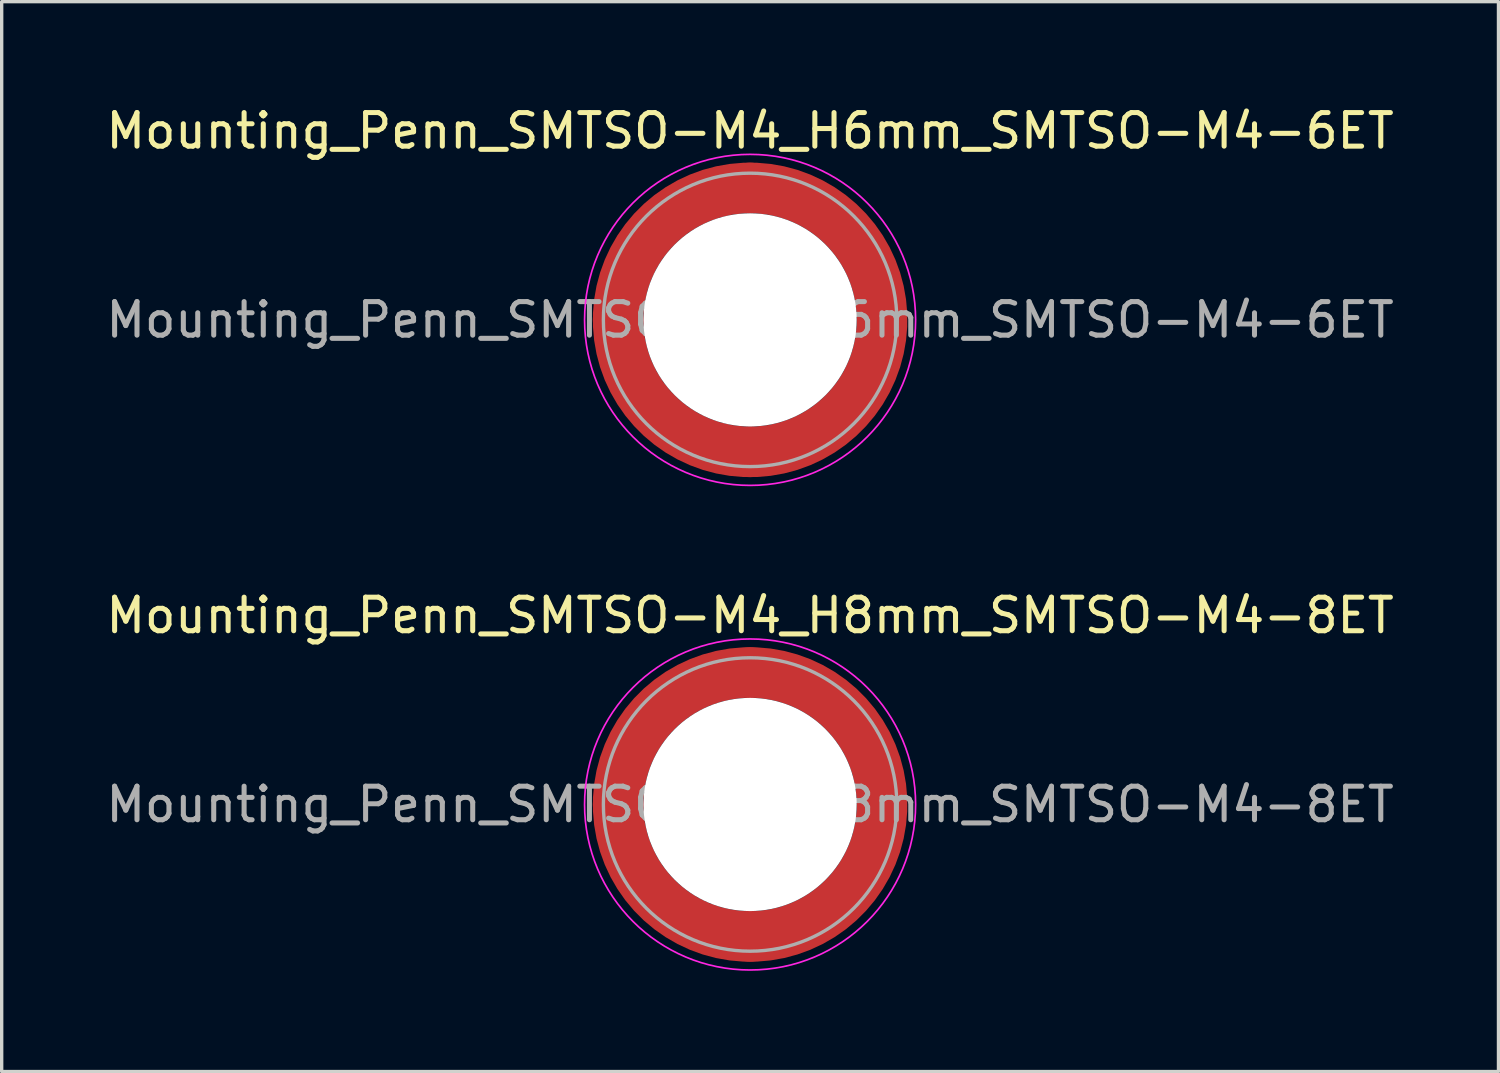
<source format=kicad_pcb>
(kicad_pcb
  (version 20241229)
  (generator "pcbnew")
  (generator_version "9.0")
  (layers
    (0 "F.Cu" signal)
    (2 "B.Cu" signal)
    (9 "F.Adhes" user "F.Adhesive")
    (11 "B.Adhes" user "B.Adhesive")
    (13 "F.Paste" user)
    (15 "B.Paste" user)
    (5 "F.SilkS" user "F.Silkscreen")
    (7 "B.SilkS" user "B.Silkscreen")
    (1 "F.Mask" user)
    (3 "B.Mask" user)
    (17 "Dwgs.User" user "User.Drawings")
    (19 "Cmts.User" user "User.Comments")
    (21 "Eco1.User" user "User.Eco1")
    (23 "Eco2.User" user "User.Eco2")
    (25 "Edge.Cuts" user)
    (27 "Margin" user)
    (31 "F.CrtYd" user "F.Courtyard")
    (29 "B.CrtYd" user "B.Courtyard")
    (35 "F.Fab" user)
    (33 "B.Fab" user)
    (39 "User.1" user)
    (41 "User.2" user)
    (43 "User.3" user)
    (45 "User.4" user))
  (footprint "Mounting_Penn_SMTSO-M4_H6mm_SMTSO-M4-6ET"
    (layer "F.Cu")
    (at 19.292 6.478)
    (property "Reference" "Mounting_Penn_SMTSO-M4_H6mm_SMTSO-M4-6ET" (at 0 -5.63 0) (layer "F.SilkS") (effects (font (size 1 1) (thickness 0.15))))
    (attr smd)
    (fp_circle (center 0 0) (end 4.93 0) (stroke (width 0.05) (type solid)) (fill no) (layer "F.CrtYd"))
    (fp_circle (center 0 0) (end 4.37 0) (stroke (width 0.1) (type solid)) (fill no) (layer "F.Fab"))
    (fp_text user "${REFERENCE}" (at 0 0 0) (layer "F.Fab") (effects (font (size 1 1) (thickness 0.15))))
    (pad "" smd custom (at -2.779 -2.779) (size 0.655 0.655) (layers "F.Paste") (options (anchor circle)) (primitives (gr_arc (start -0.582711 2.47893) (mid 0.392444 0.392444) (end 2.47893 -0.582711) (width 0.2)) (gr_arc (start -0.675568 2.47893) (mid 0.327037 0.327037) (end 2.47893 -0.675568) (width 0.2)) (gr_arc (start -0.768407 2.47893) (mid 0.26163 0.26163) (end 2.47893 -0.768407) (width 0.2)) (gr_arc (start -0.861229 2.47893) (mid 0.196222 0.196222) (end 2.47893 -0.861229) (width 0.2)) (gr_arc (start -0.954035 2.47893) (mid 0.130815 0.130815) (end 2.47893 -0.954035) (width 0.2)) (gr_arc (start -1.046826 2.47893) (mid 0.065407 0.065407) (end 2.47893 -1.046826) (width 0.2)) (gr_arc (start -1.139603 2.47893) (mid 0 0) (end 2.47893 -1.139603) (width 0.2)) (gr_arc (start -1.232368 2.47893) (mid -0.065408 -0.065408) (end 2.47893 -1.232368) (width 0.2)) (gr_arc (start -1.32512 2.47893) (mid -0.130815 -0.130815) (end 2.47893 -1.32512) (width 0.2)) (gr_arc (start -1.417862 2.47893) (mid -0.196222 -0.196222) (end 2.47893 -1.417862) (width 0.2)) (gr_arc (start -1.510592 2.47893) (mid -0.261629 -0.261629) (end 2.47893 -1.510592) (width 0.2)) (gr_arc (start -1.603314 2.47893) (mid -0.327037 -0.327037) (end 2.47893 -1.603314) (width 0.2)) (gr_arc (start -1.696026 2.47893) (mid -0.392444 -0.392444) (end 2.47893 -1.696026) (width 0.2)) (gr_arc (start -1.696026 2.47893) (mid -0.392444 -0.392444) (end 2.47893 -1.696026) (width 0.2)) (gr_line (start 2.479 -0.583) (end 2.479 -1.696) (width 0.2)) (gr_line (start -0.583 2.479) (end -1.696 2.479) (width 0.2))))
    (pad "" smd custom (at -2.779 2.779) (size 0.655 0.655) (layers "F.Paste") (options (anchor circle)) (primitives (gr_arc (start 2.47893 0.582711) (mid 0.392444 -0.392444) (end -0.582711 -2.47893) (width 0.2)) (gr_arc (start 2.47893 0.675568) (mid 0.327037 -0.327037) (end -0.675568 -2.47893) (width 0.2)) (gr_arc (start 2.47893 0.768407) (mid 0.26163 -0.26163) (end -0.768407 -2.47893) (width 0.2)) (gr_arc (start 2.47893 0.861229) (mid 0.196222 -0.196222) (end -0.861229 -2.47893) (width 0.2)) (gr_arc (start 2.47893 0.954035) (mid 0.130815 -0.130815) (end -0.954035 -2.47893) (width 0.2)) (gr_arc (start 2.47893 1.046826) (mid 0.065407 -0.065407) (end -1.046826 -2.47893) (width 0.2)) (gr_arc (start 2.47893 1.139603) (mid 0 0) (end -1.139603 -2.47893) (width 0.2)) (gr_arc (start 2.47893 1.232368) (mid -0.065408 0.065408) (end -1.232368 -2.47893) (width 0.2)) (gr_arc (start 2.47893 1.32512) (mid -0.130815 0.130815) (end -1.32512 -2.47893) (width 0.2)) (gr_arc (start 2.47893 1.417862) (mid -0.196222 0.196222) (end -1.417862 -2.47893) (width 0.2)) (gr_arc (start 2.47893 1.510592) (mid -0.261629 0.261629) (end -1.510592 -2.47893) (width 0.2)) (gr_arc (start 2.47893 1.603314) (mid -0.327037 0.327037) (end -1.603314 -2.47893) (width 0.2)) (gr_arc (start 2.47893 1.696026) (mid -0.392444 0.392444) (end -1.696026 -2.47893) (width 0.2)) (gr_arc (start 2.47893 1.696026) (mid -0.392444 0.392444) (end -1.696026 -2.47893) (width 0.2)) (gr_line (start -0.583 -2.479) (end -1.696 -2.479) (width 0.2)) (gr_line (start 2.479 0.583) (end 2.479 1.696) (width 0.2))))
    (pad "" np_thru_hole circle (at 0 0) (size 6.35 6.35) (drill 6.35) (layers "*.Cu" "*.Mask"))
    (pad "" smd custom (at 2.779 -2.779) (size 0.655 0.655) (layers "F.Paste") (options (anchor circle)) (primitives (gr_arc (start -2.47893 -0.582711) (mid -0.392444 0.392444) (end 0.582711 2.47893) (width 0.2)) (gr_arc (start -2.47893 -0.675568) (mid -0.327037 0.327037) (end 0.675568 2.47893) (width 0.2)) (gr_arc (start -2.47893 -0.768407) (mid -0.26163 0.26163) (end 0.768407 2.47893) (width 0.2)) (gr_arc (start -2.47893 -0.861229) (mid -0.196222 0.196222) (end 0.861229 2.47893) (width 0.2)) (gr_arc (start -2.47893 -0.954035) (mid -0.130815 0.130815) (end 0.954035 2.47893) (width 0.2)) (gr_arc (start -2.47893 -1.046826) (mid -0.065407 0.065407) (end 1.046826 2.47893) (width 0.2)) (gr_arc (start -2.47893 -1.139603) (mid 0 0) (end 1.139603 2.47893) (width 0.2)) (gr_arc (start -2.47893 -1.232368) (mid 0.065408 -0.065408) (end 1.232368 2.47893) (width 0.2)) (gr_arc (start -2.47893 -1.32512) (mid 0.130815 -0.130815) (end 1.32512 2.47893) (width 0.2)) (gr_arc (start -2.47893 -1.417862) (mid 0.196222 -0.196222) (end 1.417862 2.47893) (width 0.2)) (gr_arc (start -2.47893 -1.510592) (mid 0.261629 -0.261629) (end 1.510592 2.47893) (width 0.2)) (gr_arc (start -2.47893 -1.603314) (mid 0.327037 -0.327037) (end 1.603314 2.47893) (width 0.2)) (gr_arc (start -2.47893 -1.696026) (mid 0.392444 -0.392444) (end 1.696026 2.47893) (width 0.2)) (gr_arc (start -2.47893 -1.696026) (mid 0.392444 -0.392444) (end 1.696026 2.47893) (width 0.2)) (gr_line (start 0.583 2.479) (end 1.696 2.479) (width 0.2)) (gr_line (start -2.479 -0.583) (end -2.479 -1.696) (width 0.2))))
    (pad "" smd custom (at 2.779 2.779) (size 0.655 0.655) (layers "F.Paste") (options (anchor circle)) (primitives (gr_arc (start 0.582711 -2.47893) (mid -0.392444 -0.392444) (end -2.47893 0.582711) (width 0.2)) (gr_arc (start 0.675568 -2.47893) (mid -0.327037 -0.327037) (end -2.47893 0.675568) (width 0.2)) (gr_arc (start 0.768407 -2.47893) (mid -0.26163 -0.26163) (end -2.47893 0.768407) (width 0.2)) (gr_arc (start 0.861229 -2.47893) (mid -0.196222 -0.196222) (end -2.47893 0.861229) (width 0.2)) (gr_arc (start 0.954035 -2.47893) (mid -0.130815 -0.130815) (end -2.47893 0.954035) (width 0.2)) (gr_arc (start 1.046826 -2.47893) (mid -0.065407 -0.065407) (end -2.47893 1.046826) (width 0.2)) (gr_arc (start 1.139603 -2.47893) (mid 0 0) (end -2.47893 1.139603) (width 0.2)) (gr_arc (start 1.232368 -2.47893) (mid 0.065408 0.065408) (end -2.47893 1.232368) (width 0.2)) (gr_arc (start 1.32512 -2.47893) (mid 0.130815 0.130815) (end -2.47893 1.32512) (width 0.2)) (gr_arc (start 1.417862 -2.47893) (mid 0.196222 0.196222) (end -2.47893 1.417862) (width 0.2)) (gr_arc (start 1.510592 -2.47893) (mid 0.261629 0.261629) (end -2.47893 1.510592) (width 0.2)) (gr_arc (start 1.603314 -2.47893) (mid 0.327037 0.327037) (end -2.47893 1.603314) (width 0.2)) (gr_arc (start 1.696026 -2.47893) (mid 0.392444 0.392444) (end -2.47893 1.696026) (width 0.2)) (gr_arc (start 1.696026 -2.47893) (mid 0.392444 0.392444) (end -2.47893 1.696026) (width 0.2)) (gr_line (start -2.479 0.583) (end -2.479 1.696) (width 0.2)) (gr_line (start 0.583 -2.479) (end 1.696 -2.479) (width 0.2))))
    (pad "1" smd circle (at -3.93 0) (size 1.51 1.51) (layers "F.Cu"))
    (pad "1" smd circle (at 0 -3.93) (size 1.51 1.51) (layers "F.Cu"))
    (pad "1" smd circle (at 0 3.93) (size 1.51 1.51) (layers "F.Cu"))
    (pad "1" smd custom (at 3.93 0) (size 1.51 1.51) (layers "F.Cu" "F.Mask") (options (anchor circle)) (primitives (gr_circle (center -3.93 0) (end 0 0) (width 1.51) (fill no)))))
  (footprint "Mounting_Penn_SMTSO-M4_H8mm_SMTSO-M4-8ET"
    (layer "F.Cu")
    (at 19.292 20.912)
    (property "Reference" "Mounting_Penn_SMTSO-M4_H8mm_SMTSO-M4-8ET" (at 0 -5.63 0) (layer "F.SilkS") (effects (font (size 1 1) (thickness 0.15))))
    (attr smd)
    (fp_circle (center 0 0) (end 4.93 0) (stroke (width 0.05) (type solid)) (fill no) (layer "F.CrtYd"))
    (fp_circle (center 0 0) (end 4.37 0) (stroke (width 0.1) (type solid)) (fill no) (layer "F.Fab"))
    (fp_text user "${REFERENCE}" (at 0 0 0) (layer "F.Fab") (effects (font (size 1 1) (thickness 0.15))))
    (pad "" smd custom (at -2.779 -2.779) (size 0.655 0.655) (layers "F.Paste") (options (anchor circle)) (primitives (gr_arc (start -0.582711 2.47893) (mid 0.392444 0.392444) (end 2.47893 -0.582711) (width 0.2)) (gr_arc (start -0.675568 2.47893) (mid 0.327037 0.327037) (end 2.47893 -0.675568) (width 0.2)) (gr_arc (start -0.768407 2.47893) (mid 0.26163 0.26163) (end 2.47893 -0.768407) (width 0.2)) (gr_arc (start -0.861229 2.47893) (mid 0.196222 0.196222) (end 2.47893 -0.861229) (width 0.2)) (gr_arc (start -0.954035 2.47893) (mid 0.130815 0.130815) (end 2.47893 -0.954035) (width 0.2)) (gr_arc (start -1.046826 2.47893) (mid 0.065407 0.065407) (end 2.47893 -1.046826) (width 0.2)) (gr_arc (start -1.139603 2.47893) (mid 0 0) (end 2.47893 -1.139603) (width 0.2)) (gr_arc (start -1.232368 2.47893) (mid -0.065408 -0.065408) (end 2.47893 -1.232368) (width 0.2)) (gr_arc (start -1.32512 2.47893) (mid -0.130815 -0.130815) (end 2.47893 -1.32512) (width 0.2)) (gr_arc (start -1.417862 2.47893) (mid -0.196222 -0.196222) (end 2.47893 -1.417862) (width 0.2)) (gr_arc (start -1.510592 2.47893) (mid -0.261629 -0.261629) (end 2.47893 -1.510592) (width 0.2)) (gr_arc (start -1.603314 2.47893) (mid -0.327037 -0.327037) (end 2.47893 -1.603314) (width 0.2)) (gr_arc (start -1.696026 2.47893) (mid -0.392444 -0.392444) (end 2.47893 -1.696026) (width 0.2)) (gr_arc (start -1.696026 2.47893) (mid -0.392444 -0.392444) (end 2.47893 -1.696026) (width 0.2)) (gr_line (start 2.479 -0.583) (end 2.479 -1.696) (width 0.2)) (gr_line (start -0.583 2.479) (end -1.696 2.479) (width 0.2))))
    (pad "" smd custom (at -2.779 2.779) (size 0.655 0.655) (layers "F.Paste") (options (anchor circle)) (primitives (gr_arc (start 2.47893 0.582711) (mid 0.392444 -0.392444) (end -0.582711 -2.47893) (width 0.2)) (gr_arc (start 2.47893 0.675568) (mid 0.327037 -0.327037) (end -0.675568 -2.47893) (width 0.2)) (gr_arc (start 2.47893 0.768407) (mid 0.26163 -0.26163) (end -0.768407 -2.47893) (width 0.2)) (gr_arc (start 2.47893 0.861229) (mid 0.196222 -0.196222) (end -0.861229 -2.47893) (width 0.2)) (gr_arc (start 2.47893 0.954035) (mid 0.130815 -0.130815) (end -0.954035 -2.47893) (width 0.2)) (gr_arc (start 2.47893 1.046826) (mid 0.065407 -0.065407) (end -1.046826 -2.47893) (width 0.2)) (gr_arc (start 2.47893 1.139603) (mid 0 0) (end -1.139603 -2.47893) (width 0.2)) (gr_arc (start 2.47893 1.232368) (mid -0.065408 0.065408) (end -1.232368 -2.47893) (width 0.2)) (gr_arc (start 2.47893 1.32512) (mid -0.130815 0.130815) (end -1.32512 -2.47893) (width 0.2)) (gr_arc (start 2.47893 1.417862) (mid -0.196222 0.196222) (end -1.417862 -2.47893) (width 0.2)) (gr_arc (start 2.47893 1.510592) (mid -0.261629 0.261629) (end -1.510592 -2.47893) (width 0.2)) (gr_arc (start 2.47893 1.603314) (mid -0.327037 0.327037) (end -1.603314 -2.47893) (width 0.2)) (gr_arc (start 2.47893 1.696026) (mid -0.392444 0.392444) (end -1.696026 -2.47893) (width 0.2)) (gr_arc (start 2.47893 1.696026) (mid -0.392444 0.392444) (end -1.696026 -2.47893) (width 0.2)) (gr_line (start -0.583 -2.479) (end -1.696 -2.479) (width 0.2)) (gr_line (start 2.479 0.583) (end 2.479 1.696) (width 0.2))))
    (pad "" np_thru_hole circle (at 0 0) (size 6.35 6.35) (drill 6.35) (layers "*.Cu" "*.Mask"))
    (pad "" smd custom (at 2.779 -2.779) (size 0.655 0.655) (layers "F.Paste") (options (anchor circle)) (primitives (gr_arc (start -2.47893 -0.582711) (mid -0.392444 0.392444) (end 0.582711 2.47893) (width 0.2)) (gr_arc (start -2.47893 -0.675568) (mid -0.327037 0.327037) (end 0.675568 2.47893) (width 0.2)) (gr_arc (start -2.47893 -0.768407) (mid -0.26163 0.26163) (end 0.768407 2.47893) (width 0.2)) (gr_arc (start -2.47893 -0.861229) (mid -0.196222 0.196222) (end 0.861229 2.47893) (width 0.2)) (gr_arc (start -2.47893 -0.954035) (mid -0.130815 0.130815) (end 0.954035 2.47893) (width 0.2)) (gr_arc (start -2.47893 -1.046826) (mid -0.065407 0.065407) (end 1.046826 2.47893) (width 0.2)) (gr_arc (start -2.47893 -1.139603) (mid 0 0) (end 1.139603 2.47893) (width 0.2)) (gr_arc (start -2.47893 -1.232368) (mid 0.065408 -0.065408) (end 1.232368 2.47893) (width 0.2)) (gr_arc (start -2.47893 -1.32512) (mid 0.130815 -0.130815) (end 1.32512 2.47893) (width 0.2)) (gr_arc (start -2.47893 -1.417862) (mid 0.196222 -0.196222) (end 1.417862 2.47893) (width 0.2)) (gr_arc (start -2.47893 -1.510592) (mid 0.261629 -0.261629) (end 1.510592 2.47893) (width 0.2)) (gr_arc (start -2.47893 -1.603314) (mid 0.327037 -0.327037) (end 1.603314 2.47893) (width 0.2)) (gr_arc (start -2.47893 -1.696026) (mid 0.392444 -0.392444) (end 1.696026 2.47893) (width 0.2)) (gr_arc (start -2.47893 -1.696026) (mid 0.392444 -0.392444) (end 1.696026 2.47893) (width 0.2)) (gr_line (start 0.583 2.479) (end 1.696 2.479) (width 0.2)) (gr_line (start -2.479 -0.583) (end -2.479 -1.696) (width 0.2))))
    (pad "" smd custom (at 2.779 2.779) (size 0.655 0.655) (layers "F.Paste") (options (anchor circle)) (primitives (gr_arc (start 0.582711 -2.47893) (mid -0.392444 -0.392444) (end -2.47893 0.582711) (width 0.2)) (gr_arc (start 0.675568 -2.47893) (mid -0.327037 -0.327037) (end -2.47893 0.675568) (width 0.2)) (gr_arc (start 0.768407 -2.47893) (mid -0.26163 -0.26163) (end -2.47893 0.768407) (width 0.2)) (gr_arc (start 0.861229 -2.47893) (mid -0.196222 -0.196222) (end -2.47893 0.861229) (width 0.2)) (gr_arc (start 0.954035 -2.47893) (mid -0.130815 -0.130815) (end -2.47893 0.954035) (width 0.2)) (gr_arc (start 1.046826 -2.47893) (mid -0.065407 -0.065407) (end -2.47893 1.046826) (width 0.2)) (gr_arc (start 1.139603 -2.47893) (mid 0 0) (end -2.47893 1.139603) (width 0.2)) (gr_arc (start 1.232368 -2.47893) (mid 0.065408 0.065408) (end -2.47893 1.232368) (width 0.2)) (gr_arc (start 1.32512 -2.47893) (mid 0.130815 0.130815) (end -2.47893 1.32512) (width 0.2)) (gr_arc (start 1.417862 -2.47893) (mid 0.196222 0.196222) (end -2.47893 1.417862) (width 0.2)) (gr_arc (start 1.510592 -2.47893) (mid 0.261629 0.261629) (end -2.47893 1.510592) (width 0.2)) (gr_arc (start 1.603314 -2.47893) (mid 0.327037 0.327037) (end -2.47893 1.603314) (width 0.2)) (gr_arc (start 1.696026 -2.47893) (mid 0.392444 0.392444) (end -2.47893 1.696026) (width 0.2)) (gr_arc (start 1.696026 -2.47893) (mid 0.392444 0.392444) (end -2.47893 1.696026) (width 0.2)) (gr_line (start -2.479 0.583) (end -2.479 1.696) (width 0.2)) (gr_line (start 0.583 -2.479) (end 1.696 -2.479) (width 0.2))))
    (pad "1" smd circle (at -3.93 0) (size 1.51 1.51) (layers "F.Cu"))
    (pad "1" smd circle (at 0 -3.93) (size 1.51 1.51) (layers "F.Cu"))
    (pad "1" smd circle (at 0 3.93) (size 1.51 1.51) (layers "F.Cu"))
    (pad "1" smd custom (at 3.93 0) (size 1.51 1.51) (layers "F.Cu" "F.Mask") (options (anchor circle)) (primitives (gr_circle (center -3.93 0) (end 0 0) (width 1.51) (fill no)))))
  (gr_rect
    (start -3 -3)
    (end 41.583 28.866)
    (stroke (width 0.1) (type default))
    (fill no)
    (layer "Edge.Cuts")))
</source>
